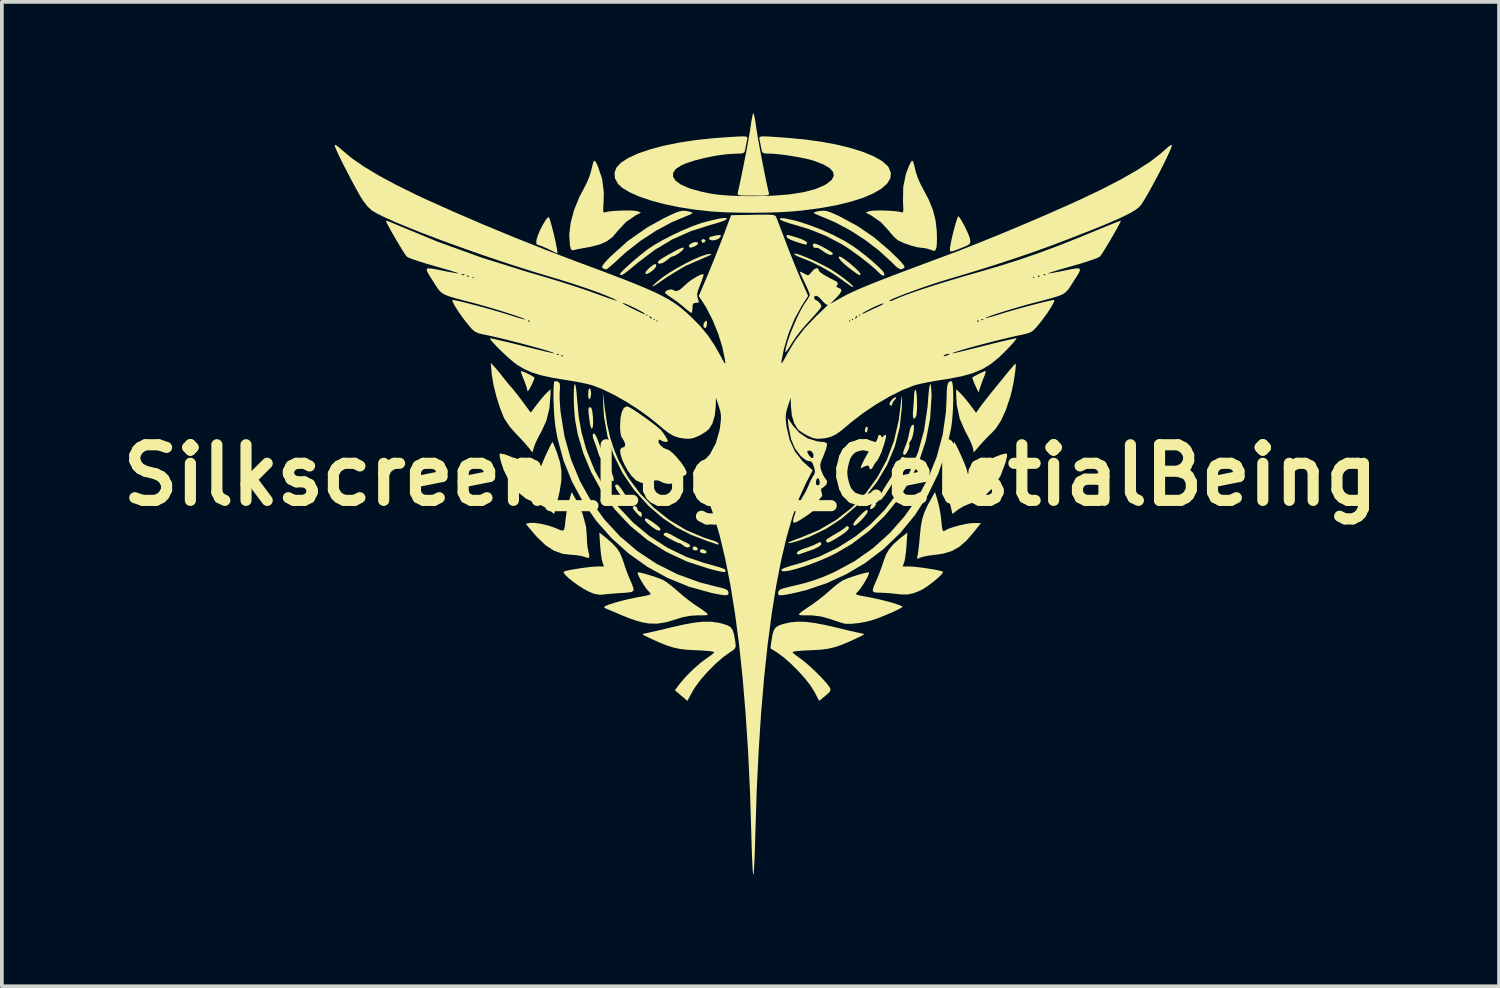
<source format=kicad_pcb>
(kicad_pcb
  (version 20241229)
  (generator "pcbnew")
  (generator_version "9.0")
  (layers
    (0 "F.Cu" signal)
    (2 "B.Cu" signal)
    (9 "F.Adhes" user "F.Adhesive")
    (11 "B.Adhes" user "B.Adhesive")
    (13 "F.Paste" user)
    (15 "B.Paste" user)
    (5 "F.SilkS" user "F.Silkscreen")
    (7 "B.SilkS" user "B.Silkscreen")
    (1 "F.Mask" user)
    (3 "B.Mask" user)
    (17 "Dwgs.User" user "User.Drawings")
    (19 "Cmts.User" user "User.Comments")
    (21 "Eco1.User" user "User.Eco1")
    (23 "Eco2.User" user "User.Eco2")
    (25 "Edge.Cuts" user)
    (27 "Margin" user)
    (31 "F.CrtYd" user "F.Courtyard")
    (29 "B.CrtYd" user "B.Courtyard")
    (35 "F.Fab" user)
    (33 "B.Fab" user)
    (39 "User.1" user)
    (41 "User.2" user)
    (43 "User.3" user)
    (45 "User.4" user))
  (footprint "Silkscreen_Logo_CelstialBeing"
    (layer "F.Cu")
    (at 17.193 9.769)
    (property "Reference" "Silkscreen_Logo_CelstialBeing" (at 0 0 0) (layer "F.SilkS") (effects (font (size 1.5 1.5) (thickness 0.3))))
    (attr board_only exclude_from_pos_files exclude_from_bom)
    (fp_poly (pts (xy -1.433 1.954) (xy -1.418 1.999) (xy -1.458 2.03) (xy -1.482 2.032) (xy -1.549 2.007) (xy -1.563 1.971) (xy -1.534 1.924) (xy -1.498 1.922)) (stroke (width 0) (type solid)) (fill yes) (layer "F.SilkS"))
    (fp_poly (pts (xy -1.218 -6.35) (xy -1.211 -6.333) (xy -1.237 -6.282) (xy -1.287 -6.27) (xy -1.304 -6.279) (xy -1.327 -6.336) (xy -1.286 -6.368) (xy -1.27 -6.37)) (stroke (width 0) (type solid)) (fill yes) (layer "F.SilkS"))
    (fp_poly (pts (xy 2.887 -0.828) (xy 2.892 -0.801) (xy 2.871 -0.749) (xy 2.853 -0.742) (xy 2.818 -0.774) (xy 2.814 -0.801) (xy 2.835 -0.853) (xy 2.853 -0.86)) (stroke (width 0) (type solid)) (fill yes) (layer "F.SilkS"))
    (fp_poly (pts (xy 3.157 -1.297) (xy 3.165 -1.255) (xy 3.148 -1.179) (xy 3.126 -1.153) (xy 3.095 -1.164) (xy 3.087 -1.207) (xy 3.105 -1.283) (xy 3.126 -1.309)) (stroke (width 0) (type solid)) (fill yes) (layer "F.SilkS"))
    (fp_poly (pts (xy -1.283 2) (xy -1.211 2.028) (xy -1.181 2.07) (xy -1.202 2.104) (xy -1.241 2.11) (xy -1.316 2.098) (xy -1.342 2.084) (xy -1.368 2.029) (xy -1.328 1.999)) (stroke (width 0) (type solid)) (fill yes) (layer "F.SilkS"))
    (fp_poly (pts (xy -1.174 -4.146) (xy -1.172 -4.094) (xy -1.186 -4.005) (xy -1.218 -3.966) (xy -1.256 -3.988) (xy -1.267 -4.013) (xy -1.263 -4.092) (xy -1.232 -4.138) (xy -1.189 -4.173)) (stroke (width 0) (type solid)) (fill yes) (layer "F.SilkS"))
    (fp_poly (pts (xy 4.152 -0.474) (xy 4.158 -0.414) (xy 4.156 -0.409) (xy 4.111 -0.356) (xy 4.06 -0.369) (xy 4.049 -0.383) (xy 4.05 -0.439) (xy 4.062 -0.466) (xy 4.11 -0.498)) (stroke (width 0) (type solid)) (fill yes) (layer "F.SilkS"))
    (fp_poly (pts (xy 3.372 0.738) (xy 3.373 0.74) (xy 3.388 0.79) (xy 3.338 0.86) (xy 3.335 0.864) (xy 3.271 0.911) (xy 3.231 0.91) (xy 3.23 0.909) (xy 3.234 0.854) (xy 3.269 0.785) (xy 3.326 0.727)) (stroke (width 0) (type solid)) (fill yes) (layer "F.SilkS"))
    (fp_poly (pts (xy -4.312 -2.31) (xy -4.299 -2.226) (xy -4.298 -2.21) (xy -4.309 -2.113) (xy -4.334 -2.054) (xy -4.338 -2.052) (xy -4.363 -2.069) (xy -4.376 -2.152) (xy -4.377 -2.186) (xy -4.368 -2.285) (xy -4.347 -2.34) (xy -4.338 -2.345)) (stroke (width 0) (type solid)) (fill yes) (layer "F.SilkS"))
    (fp_poly (pts (xy -3.884 -0.256) (xy -3.828 -0.195) (xy -3.743 -0.064) (xy -3.695 0.054) (xy -3.689 0.138) (xy -3.701 0.16) (xy -3.742 0.153) (xy -3.804 0.071) (xy -3.852 -0.015) (xy -3.908 -0.14) (xy -3.932 -0.228) (xy -3.923 -0.27)) (stroke (width 0) (type solid)) (fill yes) (layer "F.SilkS"))
    (fp_poly (pts (xy -1.413 -6.274) (xy -1.418 -6.233) (xy -1.477 -6.186) (xy -1.507 -6.173) (xy -1.592 -6.143) (xy -1.632 -6.14) (xy -1.655 -6.165) (xy -1.66 -6.172) (xy -1.649 -6.215) (xy -1.588 -6.259) (xy -1.505 -6.288) (xy -1.468 -6.291)) (stroke (width 0) (type solid)) (fill yes) (layer "F.SilkS"))
    (fp_poly (pts (xy -0.799 -6.469) (xy -0.803 -6.436) (xy -0.857 -6.38) (xy -0.947 -6.343) (xy -1.041 -6.334) (xy -1.107 -6.36) (xy -1.112 -6.367) (xy -1.118 -6.404) (xy -1.076 -6.433) (xy -0.971 -6.46) (xy -0.927 -6.468) (xy -0.833 -6.481)) (stroke (width 0) (type solid)) (fill yes) (layer "F.SilkS"))
    (fp_poly (pts (xy -2.542 -5.677) (xy -2.54 -5.651) (xy -2.567 -5.595) (xy -2.632 -5.528) (xy -2.713 -5.468) (xy -2.788 -5.431) (xy -2.833 -5.433) (xy -2.835 -5.435) (xy -2.824 -5.483) (xy -2.766 -5.556) (xy -2.73 -5.59) (xy -2.626 -5.672) (xy -2.567 -5.7)) (stroke (width 0) (type solid)) (fill yes) (layer "F.SilkS"))
    (fp_poly (pts (xy 3.928 -2.102) (xy 3.92 -2.065) (xy 3.889 -2.033) (xy 3.839 -1.966) (xy 3.83 -1.93) (xy 3.807 -1.881) (xy 3.79 -1.876) (xy 3.755 -1.907) (xy 3.751 -1.928) (xy 3.775 -1.985) (xy 3.828 -2.049) (xy 3.887 -2.096) (xy 3.928 -2.103)) (stroke (width 0) (type solid)) (fill yes) (layer "F.SilkS"))
    (fp_poly (pts (xy -3.062 0.87) (xy -3.048 0.921) (xy -3.017 0.97) (xy -2.989 0.977) (xy -2.942 1.01) (xy -2.931 1.055) (xy -2.935 1.113) (xy -2.955 1.125) (xy -3.004 1.087) (xy -3.083 1.008) (xy -3.155 0.919) (xy -3.175 0.858) (xy -3.169 0.848) (xy -3.111 0.831)) (stroke (width 0) (type solid)) (fill yes) (layer "F.SilkS"))
    (fp_poly (pts (xy -2.789 1.171) (xy -2.711 1.216) (xy -2.614 1.282) (xy -2.52 1.353) (xy -2.449 1.415) (xy -2.423 1.452) (xy -2.447 1.497) (xy -2.52 1.481) (xy -2.638 1.406) (xy -2.672 1.381) (xy -2.782 1.291) (xy -2.838 1.231) (xy -2.848 1.19) (xy -2.829 1.162)) (stroke (width 0) (type solid)) (fill yes) (layer "F.SilkS"))
    (fp_poly (pts (xy 2.563 -0.153) (xy 2.568 -0.086) (xy 2.567 0.016) (xy 2.554 0.169) (xy 2.525 0.251) (xy 2.505 0.266) (xy 2.467 0.259) (xy 2.471 0.205) (xy 2.473 0.116) (xy 2.459 0.074) (xy 2.455 0.001) (xy 2.478 -0.038) (xy 2.534 -0.118) (xy 2.553 -0.156)) (stroke (width 0) (type solid)) (fill yes) (layer "F.SilkS"))
    (fp_poly (pts (xy 3.167 0.962) (xy 3.142 1.028) (xy 3.067 1.129) (xy 3.001 1.2) (xy 2.888 1.308) (xy 2.817 1.359) (xy 2.782 1.355) (xy 2.774 1.317) (xy 2.8 1.267) (xy 2.866 1.186) (xy 2.952 1.093) (xy 3.039 1.008) (xy 3.109 0.951) (xy 3.137 0.938)) (stroke (width 0) (type solid)) (fill yes) (layer "F.SilkS"))
    (fp_poly (pts (xy -4.293 -1.815) (xy -4.269 -1.74) (xy -4.251 -1.602) (xy -4.248 -1.573) (xy -4.243 -1.432) (xy -4.249 -1.326) (xy -4.265 -1.265) (xy -4.288 -1.26) (xy -4.312 -1.315) (xy -4.328 -1.393) (xy -4.347 -1.516) (xy -4.359 -1.612) (xy -4.371 -1.741) (xy -4.366 -1.81) (xy -4.341 -1.835) (xy -4.328 -1.837)) (stroke (width 0) (type solid)) (fill yes) (layer "F.SilkS"))
    (fp_poly (pts (xy -4.213 -1.124) (xy -4.176 -1.079) (xy -4.123 -0.962) (xy -4.053 -0.771) (xy -3.967 -0.511) (xy -3.963 -0.446) (xy -4.001 -0.43) (xy -4.052 -0.467) (xy -4.098 -0.57) (xy -4.105 -0.596) (xy -4.147 -0.736) (xy -4.195 -0.869) (xy -4.204 -0.89) (xy -4.248 -1.017) (xy -4.256 -1.1) (xy -4.226 -1.127)) (stroke (width 0) (type solid)) (fill yes) (layer "F.SilkS"))
    (fp_poly (pts (xy 6.345 -2.782) (xy 6.322 -2.704) (xy 6.307 -2.667) (xy 6.251 -2.528) (xy 6.201 -2.386) (xy 6.198 -2.376) (xy 6.153 -2.231) (xy 6.062 -2.427) (xy 6.015 -2.537) (xy 5.988 -2.614) (xy 5.985 -2.636) (xy 6.035 -2.668) (xy 6.123 -2.715) (xy 6.222 -2.764) (xy 6.305 -2.802) (xy 6.34 -2.814)) (stroke (width 0) (type solid)) (fill yes) (layer "F.SilkS"))
    (fp_poly (pts (xy 2.463 -5.876) (xy 2.557 -5.813) (xy 2.671 -5.724) (xy 2.786 -5.626) (xy 2.886 -5.533) (xy 2.952 -5.459) (xy 2.97 -5.424) (xy 2.959 -5.399) (xy 2.921 -5.407) (xy 2.847 -5.452) (xy 2.726 -5.541) (xy 2.657 -5.593) (xy 2.52 -5.706) (xy 2.426 -5.8) (xy 2.381 -5.867) (xy 2.391 -5.899) (xy 2.404 -5.901)) (stroke (width 0) (type solid)) (fill yes) (layer "F.SilkS"))
    (fp_poly (pts (xy -6.153 -2.801) (xy -6.07 -2.768) (xy -5.971 -2.722) (xy -5.882 -2.673) (xy -5.829 -2.636) (xy -5.823 -2.627) (xy -5.839 -2.579) (xy -5.88 -2.485) (xy -5.919 -2.403) (xy -5.975 -2.301) (xy -6.009 -2.266) (xy -6.018 -2.286) (xy -6.035 -2.363) (xy -6.075 -2.482) (xy -6.114 -2.579) (xy -6.161 -2.695) (xy -6.19 -2.778) (xy -6.194 -2.806)) (stroke (width 0) (type solid)) (fill yes) (layer "F.SilkS"))
    (fp_poly (pts (xy -3.546 0.288) (xy -3.477 0.378) (xy -3.391 0.508) (xy -3.316 0.612) (xy -3.241 0.695) (xy -3.229 0.707) (xy -3.179 0.755) (xy -3.191 0.781) (xy -3.217 0.793) (xy -3.28 0.783) (xy -3.366 0.707) (xy -3.413 0.653) (xy -3.54 0.488) (xy -3.618 0.372) (xy -3.649 0.298) (xy -3.639 0.257) (xy -3.634 0.254) (xy -3.596 0.25)) (stroke (width 0) (type solid)) (fill yes) (layer "F.SilkS"))
    (fp_poly (pts (xy 1.028 -6.477) (xy 1.109 -6.455) (xy 1.248 -6.413) (xy 1.266 -6.407) (xy 1.418 -6.352) (xy 1.505 -6.301) (xy 1.524 -6.27) (xy 1.522 -6.238) (xy 1.506 -6.223) (xy 1.461 -6.227) (xy 1.371 -6.252) (xy 1.222 -6.299) (xy 1.221 -6.299) (xy 1.082 -6.351) (xy 0.997 -6.401) (xy 0.977 -6.432) (xy 0.977 -6.464) (xy 0.989 -6.48)) (stroke (width 0) (type solid)) (fill yes) (layer "F.SilkS"))
    (fp_poly (pts (xy 1.901 1.81) (xy 1.914 1.865) (xy 1.849 1.926) (xy 1.709 1.994) (xy 1.617 2.028) (xy 1.478 2.076) (xy 1.365 2.115) (xy 1.302 2.138) (xy 1.3 2.139) (xy 1.257 2.125) (xy 1.25 2.098) (xy 1.288 2.05) (xy 1.397 1.996) (xy 1.475 1.97) (xy 1.614 1.922) (xy 1.733 1.873) (xy 1.789 1.844) (xy 1.862 1.809)) (stroke (width 0) (type solid)) (fill yes) (layer "F.SilkS"))
    (fp_poly (pts (xy 4.471 -2.27) (xy 4.484 -2.177) (xy 4.492 -2.048) (xy 4.494 -1.903) (xy 4.492 -1.763) (xy 4.483 -1.648) (xy 4.47 -1.586) (xy 4.429 -1.532) (xy 4.406 -1.524) (xy 4.385 -1.562) (xy 4.382 -1.672) (xy 4.39 -1.788) (xy 4.403 -1.945) (xy 4.412 -2.09) (xy 4.415 -2.179) (xy 4.426 -2.265) (xy 4.452 -2.305) (xy 4.455 -2.306)) (stroke (width 0) (type solid)) (fill yes) (layer "F.SilkS"))
    (fp_poly (pts (xy 1.783 -6.235) (xy 1.883 -6.191) (xy 1.999 -6.131) (xy 2.109 -6.069) (xy 2.193 -6.014) (xy 2.227 -5.979) (xy 2.227 -5.978) (xy 2.199 -5.942) (xy 2.127 -5.949) (xy 2.029 -5.995) (xy 1.966 -6.039) (xy 1.88 -6.099) (xy 1.819 -6.13) (xy 1.81 -6.131) (xy 1.717 -6.136) (xy 1.681 -6.187) (xy 1.68 -6.194) (xy 1.702 -6.246) (xy 1.72 -6.252)) (stroke (width 0) (type solid)) (fill yes) (layer "F.SilkS"))
    (fp_poly (pts (xy 4.048 -0.261) (xy 4.058 -0.219) (xy 4.031 -0.139) (xy 3.965 -0.01) (xy 3.866 0.159) (xy 3.726 0.386) (xy 3.618 0.546) (xy 3.54 0.644) (xy 3.487 0.681) (xy 3.459 0.662) (xy 3.471 0.606) (xy 3.522 0.5) (xy 3.604 0.356) (xy 3.692 0.218) (xy 3.792 0.062) (xy 3.873 -0.073) (xy 3.928 -0.173) (xy 3.947 -0.221) (xy 3.978 -0.268) (xy 4.005 -0.274)) (stroke (width 0) (type solid)) (fill yes) (layer "F.SilkS"))
    (fp_poly (pts (xy -1.799 -6.131) (xy -1.798 -6.122) (xy -1.828 -6.072) (xy -1.903 -6.007) (xy -1.996 -5.946) (xy -2.08 -5.906) (xy -2.11 -5.901) (xy -2.16 -5.876) (xy -2.236 -5.816) (xy -2.251 -5.803) (xy -2.339 -5.74) (xy -2.425 -5.707) (xy -2.485 -5.711) (xy -2.501 -5.74) (xy -2.487 -5.77) (xy -2.438 -5.813) (xy -2.345 -5.873) (xy -2.198 -5.958) (xy -2.061 -6.034) (xy -1.919 -6.107) (xy -1.834 -6.139)) (stroke (width 0) (type solid)) (fill yes) (layer "F.SilkS"))
    (fp_poly (pts (xy 2.651 1.395) (xy 2.657 1.427) (xy 2.626 1.477) (xy 2.546 1.55) (xy 2.452 1.616) (xy 2.29 1.718) (xy 2.18 1.781) (xy 2.112 1.811) (xy 2.072 1.814) (xy 2.049 1.793) (xy 2.049 1.793) (xy 2.038 1.768) (xy 2.049 1.742) (xy 2.092 1.706) (xy 2.179 1.651) (xy 2.322 1.567) (xy 2.334 1.56) (xy 2.447 1.491) (xy 2.53 1.433) (xy 2.561 1.404) (xy 2.611 1.369)) (stroke (width 0) (type solid)) (fill yes) (layer "F.SilkS"))
    (fp_poly (pts (xy -2.162 1.591) (xy -2.074 1.64) (xy -1.936 1.717) (xy -1.801 1.786) (xy -1.733 1.817) (xy -1.652 1.863) (xy -1.619 1.905) (xy -1.621 1.914) (xy -1.683 1.952) (xy -1.767 1.93) (xy -1.811 1.895) (xy -1.879 1.847) (xy -1.915 1.837) (xy -1.966 1.819) (xy -2.059 1.775) (xy -2.169 1.718) (xy -2.271 1.66) (xy -2.341 1.615) (xy -2.342 1.614) (xy -2.335 1.58) (xy -2.318 1.56) (xy -2.264 1.551)) (stroke (width 0) (type solid)) (fill yes) (layer "F.SilkS"))
    (fp_poly (pts (xy -1.062 -5.971) (xy -1.062 -5.953) (xy -1.124 -5.917) (xy -1.234 -5.872) (xy -1.25 -5.865) (xy -1.76 -5.643) (xy -2.242 -5.352) (xy -2.318 -5.299) (xy -2.48 -5.185) (xy -2.589 -5.115) (xy -2.642 -5.088) (xy -2.637 -5.107) (xy -2.573 -5.171) (xy -2.501 -5.235) (xy -2.351 -5.352) (xy -2.166 -5.476) (xy -1.959 -5.599) (xy -1.744 -5.716) (xy -1.535 -5.819) (xy -1.345 -5.901) (xy -1.189 -5.954) (xy -1.081 -5.972)) (stroke (width 0) (type solid)) (fill yes) (layer "F.SilkS"))
    (fp_poly (pts (xy 4.399 -1.359) (xy 4.412 -1.301) (xy 4.405 -1.199) (xy 4.382 -1.082) (xy 4.35 -0.979) (xy 4.318 -0.923) (xy 4.282 -0.87) (xy 4.285 -0.847) (xy 4.292 -0.793) (xy 4.267 -0.706) (xy 4.225 -0.617) (xy 4.178 -0.557) (xy 4.156 -0.547) (xy 4.117 -0.569) (xy 4.124 -0.635) (xy 4.16 -0.736) (xy 4.202 -0.84) (xy 4.243 -0.96) (xy 4.275 -1.098) (xy 4.278 -1.114) (xy 4.308 -1.251) (xy 4.346 -1.339) (xy 4.385 -1.367)) (stroke (width 0) (type solid)) (fill yes) (layer "F.SilkS"))
    (fp_poly (pts (xy -5.432 -6.952) (xy -5.406 -6.882) (xy -5.371 -6.764) (xy -5.332 -6.615) (xy -5.292 -6.452) (xy -5.256 -6.29) (xy -5.227 -6.147) (xy -5.209 -6.04) (xy -5.206 -5.985) (xy -5.209 -5.982) (xy -5.245 -5.999) (xy -5.333 -6.041) (xy -5.451 -6.099) (xy -5.579 -6.157) (xy -5.684 -6.199) (xy -5.74 -6.213) (xy -5.776 -6.245) (xy -5.775 -6.331) (xy -5.739 -6.46) (xy -5.671 -6.621) (xy -5.605 -6.749) (xy -5.522 -6.886) (xy -5.466 -6.953) (xy -5.434 -6.954)) (stroke (width 0) (type solid)) (fill yes) (layer "F.SilkS"))
    (fp_poly (pts (xy 1.283 -5.962) (xy 1.413 -5.915) (xy 1.578 -5.847) (xy 1.759 -5.765) (xy 1.939 -5.677) (xy 2.101 -5.591) (xy 2.203 -5.532) (xy 2.363 -5.426) (xy 2.512 -5.318) (xy 2.639 -5.219) (xy 2.73 -5.138) (xy 2.774 -5.085) (xy 2.774 -5.071) (xy 2.737 -5.086) (xy 2.653 -5.139) (xy 2.538 -5.22) (xy 2.481 -5.263) (xy 2.215 -5.446) (xy 1.913 -5.621) (xy 1.61 -5.77) (xy 1.426 -5.843) (xy 1.29 -5.897) (xy 1.204 -5.941) (xy 1.175 -5.97) (xy 1.204 -5.979)) (stroke (width 0) (type solid)) (fill yes) (layer "F.SilkS"))
    (fp_poly (pts (xy 5.631 -6.964) (xy 5.68 -6.892) (xy 5.742 -6.783) (xy 5.807 -6.657) (xy 5.865 -6.531) (xy 5.908 -6.423) (xy 5.925 -6.362) (xy 5.932 -6.29) (xy 5.915 -6.242) (xy 5.86 -6.203) (xy 5.751 -6.155) (xy 5.717 -6.142) (xy 5.553 -6.077) (xy 5.45 -6.04) (xy 5.396 -6.037) (xy 5.378 -6.068) (xy 5.384 -6.138) (xy 5.398 -6.22) (xy 5.421 -6.343) (xy 5.456 -6.494) (xy 5.497 -6.653) (xy 5.538 -6.8) (xy 5.574 -6.916) (xy 5.599 -6.979) (xy 5.603 -6.983)) (stroke (width 0) (type solid)) (fill yes) (layer "F.SilkS"))
    (fp_poly (pts (xy -1.729 -7.127) (xy -1.628 -7.106) (xy -1.569 -7.083) (xy -1.563 -7.076) (xy -1.596 -7.047) (xy -1.679 -7.009) (xy -1.71 -6.998) (xy -2.124 -6.824) (xy -2.552 -6.593) (xy -2.971 -6.318) (xy -3.36 -6.014) (xy -3.531 -5.86) (xy -3.663 -5.737) (xy -3.776 -5.638) (xy -3.858 -5.571) (xy -3.893 -5.55) (xy -3.953 -5.569) (xy -3.986 -5.587) (xy -4.004 -5.614) (xy -3.986 -5.661) (xy -3.928 -5.737) (xy -3.821 -5.852) (xy -3.771 -5.902) (xy -3.304 -6.321) (xy -2.785 -6.684) (xy -2.364 -6.918) (xy -2.169 -7.013) (xy -2.028 -7.078) (xy -1.925 -7.115) (xy -1.845 -7.132) (xy -1.772 -7.132)) (stroke (width 0) (type solid)) (fill yes) (layer "F.SilkS"))
    (fp_poly (pts (xy 2.039 -7.129) (xy 2.134 -7.102) (xy 2.259 -7.05) (xy 2.423 -6.973) (xy 2.902 -6.713) (xy 3.337 -6.414) (xy 3.754 -6.059) (xy 3.816 -5.999) (xy 3.973 -5.847) (xy 4.077 -5.738) (xy 4.136 -5.665) (xy 4.157 -5.619) (xy 4.145 -5.592) (xy 4.142 -5.59) (xy 4.086 -5.56) (xy 4.032 -5.561) (xy 3.965 -5.599) (xy 3.872 -5.684) (xy 3.789 -5.766) (xy 3.465 -6.062) (xy 3.092 -6.347) (xy 2.693 -6.604) (xy 2.292 -6.818) (xy 2.065 -6.917) (xy 1.916 -6.977) (xy 1.795 -7.029) (xy 1.721 -7.065) (xy 1.707 -7.073) (xy 1.723 -7.094) (xy 1.798 -7.115) (xy 1.864 -7.127) (xy 1.956 -7.135)) (stroke (width 0) (type solid)) (fill yes) (layer "F.SilkS"))
    (fp_poly (pts (xy -3.927 -1.782) (xy -3.864 -1.366) (xy -3.781 -1.003) (xy -3.671 -0.67) (xy -3.557 -0.402) (xy -3.296 0.066) (xy -2.975 0.496) (xy -2.602 0.88) (xy -2.184 1.211) (xy -1.731 1.482) (xy -1.249 1.686) (xy -1.084 1.738) (xy -0.965 1.778) (xy -0.884 1.816) (xy -0.86 1.839) (xy -0.868 1.873) (xy -0.869 1.873) (xy -0.908 1.861) (xy -1.002 1.829) (xy -1.132 1.786) (xy -1.154 1.779) (xy -1.607 1.605) (xy -2.005 1.401) (xy -2.37 1.153) (xy -2.721 0.851) (xy -2.768 0.806) (xy -3.143 0.39) (xy -3.451 -0.061) (xy -3.689 -0.542) (xy -3.856 -1.048) (xy -3.949 -1.574) (xy -3.967 -1.817) (xy -3.983 -2.247)) (stroke (width 0) (type solid)) (fill yes) (layer "F.SilkS"))
    (fp_poly (pts (xy -0.638 -6.929) (xy -0.634 -6.911) (xy -0.676 -6.883) (xy -0.778 -6.842) (xy -0.923 -6.795) (xy -1.064 -6.756) (xy -1.608 -6.584) (xy -2.109 -6.361) (xy -2.584 -6.077) (xy -3.048 -5.725) (xy -3.108 -5.674) (xy -3.276 -5.534) (xy -3.394 -5.444) (xy -3.469 -5.4) (xy -3.508 -5.4) (xy -3.517 -5.429) (xy -3.488 -5.472) (xy -3.41 -5.553) (xy -3.294 -5.661) (xy -3.152 -5.786) (xy -2.996 -5.917) (xy -2.837 -6.044) (xy -2.786 -6.084) (xy -2.605 -6.206) (xy -2.37 -6.341) (xy -2.105 -6.478) (xy -1.828 -6.607) (xy -1.563 -6.718) (xy -1.331 -6.8) (xy -1.29 -6.812) (xy -1.029 -6.881) (xy -0.832 -6.924) (xy -0.701 -6.94)) (stroke (width 0) (type solid)) (fill yes) (layer "F.SilkS"))
    (fp_poly (pts (xy 0.925 -6.929) (xy 1.221 -6.865) (xy 1.554 -6.761) (xy 1.905 -6.628) (xy 2.249 -6.473) (xy 2.564 -6.306) (xy 2.767 -6.179) (xy 2.916 -6.072) (xy 3.078 -5.947) (xy 3.239 -5.814) (xy 3.386 -5.685) (xy 3.505 -5.574) (xy 3.58 -5.492) (xy 3.596 -5.469) (xy 3.617 -5.4) (xy 3.589 -5.379) (xy 3.528 -5.407) (xy 3.474 -5.457) (xy 3.355 -5.571) (xy 3.189 -5.711) (xy 2.994 -5.864) (xy 2.79 -6.014) (xy 2.597 -6.148) (xy 2.462 -6.232) (xy 2.036 -6.456) (xy 1.59 -6.634) (xy 1.207 -6.751) (xy 1.041 -6.799) (xy 0.906 -6.846) (xy 0.817 -6.884) (xy 0.792 -6.905) (xy 0.806 -6.933) (xy 0.882 -6.934)) (stroke (width 0) (type solid)) (fill yes) (layer "F.SilkS"))
    (fp_poly (pts (xy 3.656 -1.086) (xy 3.658 -1.037) (xy 3.635 -0.937) (xy 3.596 -0.806) (xy 3.547 -0.665) (xy 3.494 -0.534) (xy 3.446 -0.433) (xy 3.413 -0.386) (xy 3.35 -0.309) (xy 3.318 -0.246) (xy 3.275 -0.176) (xy 3.23 -0.159) (xy 3.205 -0.201) (xy 3.204 -0.218) (xy 3.185 -0.259) (xy 3.116 -0.252) (xy 3.024 -0.213) (xy 2.978 -0.185) (xy 2.971 -0.197) (xy 2.995 -0.265) (xy 3.045 -0.375) (xy 3.067 -0.417) (xy 3.151 -0.57) (xy 3.241 -0.714) (xy 3.319 -0.818) (xy 3.322 -0.821) (xy 3.394 -0.917) (xy 3.435 -1.001) (xy 3.439 -1.023) (xy 3.46 -1.085) (xy 3.503 -1.085) (xy 3.53 -1.045) (xy 3.557 -1.02) (xy 3.59 -1.054) (xy 3.635 -1.09)) (stroke (width 0) (type solid)) (fill yes) (layer "F.SilkS"))
    (fp_poly (pts (xy 4.089 -2.065) (xy 4.087 -1.94) (xy 4.082 -1.817) (xy 4.025 -1.286) (xy 3.893 -0.772) (xy 3.688 -0.281) (xy 3.412 0.183) (xy 3.067 0.616) (xy 2.865 0.824) (xy 2.46 1.17) (xy 2.036 1.448) (xy 1.597 1.658) (xy 1.419 1.725) (xy 1.261 1.779) (xy 1.132 1.816) (xy 1.047 1.833) (xy 1.018 1.826) (xy 1.024 1.817) (xy 1.072 1.791) (xy 1.174 1.75) (xy 1.309 1.701) (xy 1.329 1.694) (xy 1.842 1.482) (xy 2.312 1.207) (xy 2.735 0.874) (xy 3.107 0.489) (xy 3.423 0.057) (xy 3.68 -0.417) (xy 3.872 -0.927) (xy 3.997 -1.468) (xy 4.022 -1.649) (xy 4.049 -1.879) (xy 4.068 -2.033) (xy 4.081 -2.115) (xy 4.088 -2.124)) (stroke (width 0) (type solid)) (fill yes) (layer "F.SilkS"))
    (fp_poly (pts (xy -4.699 0.673) (xy -4.53 1.033) (xy -4.436 1.382) (xy -4.415 1.63) (xy -4.409 1.793) (xy -4.393 1.949) (xy -4.374 2.044) (xy -4.346 2.165) (xy -4.354 2.224) (xy -4.403 2.229) (xy -4.474 2.203) (xy -4.582 2.173) (xy -4.726 2.154) (xy -4.806 2.149) (xy -5.066 2.12) (xy -5.302 2.035) (xy -5.526 1.889) (xy -5.75 1.676) (xy -5.847 1.565) (xy -6.06 1.309) (xy -5.951 1.287) (xy -5.832 1.285) (xy -5.667 1.308) (xy -5.48 1.351) (xy -5.296 1.41) (xy -5.208 1.446) (xy -5.119 1.484) (xy -5.061 1.494) (xy -5.027 1.466) (xy -5.007 1.387) (xy -4.992 1.246) (xy -4.985 1.172) (xy -4.96 0.989) (xy -4.92 0.793) (xy -4.892 0.686) (xy -4.823 0.454)) (stroke (width 0) (type solid)) (fill yes) (layer "F.SilkS"))
    (fp_poly (pts (xy 0.093 -9.733) (xy 0.115 -9.637) (xy 0.139 -9.497) (xy 0.151 -9.408) (xy 0.173 -9.266) (xy 0.206 -9.072) (xy 0.248 -8.841) (xy 0.295 -8.59) (xy 0.344 -8.336) (xy 0.392 -8.096) (xy 0.435 -7.885) (xy 0.471 -7.72) (xy 0.493 -7.63) (xy 0.501 -7.592) (xy 0.491 -7.567) (xy 0.452 -7.552) (xy 0.369 -7.544) (xy 0.231 -7.542) (xy 0.078 -7.542) (xy -0.112 -7.542) (xy -0.236 -7.546) (xy -0.308 -7.555) (xy -0.341 -7.572) (xy -0.346 -7.6) (xy -0.34 -7.63) (xy -0.294 -7.832) (xy -0.242 -8.078) (xy -0.187 -8.35) (xy -0.132 -8.628) (xy -0.082 -8.895) (xy -0.039 -9.132) (xy -0.008 -9.32) (xy 0.002 -9.388) (xy 0.026 -9.55) (xy 0.049 -9.677) (xy 0.069 -9.754) (xy 0.078 -9.769)) (stroke (width 0) (type solid)) (fill yes) (layer "F.SilkS"))
    (fp_poly (pts (xy 5.05 0.686) (xy 5.093 0.861) (xy 5.129 1.058) (xy 5.143 1.172) (xy 5.16 1.345) (xy 5.176 1.452) (xy 5.196 1.502) (xy 5.222 1.509) (xy 5.247 1.493) (xy 5.331 1.449) (xy 5.468 1.4) (xy 5.634 1.354) (xy 5.805 1.316) (xy 5.956 1.293) (xy 6.025 1.29) (xy 6.218 1.29) (xy 6.032 1.527) (xy 5.829 1.762) (xy 5.634 1.931) (xy 5.429 2.046) (xy 5.199 2.116) (xy 4.986 2.147) (xy 4.824 2.166) (xy 4.682 2.193) (xy 4.587 2.22) (xy 4.576 2.225) (xy 4.512 2.255) (xy 4.496 2.234) (xy 4.509 2.163) (xy 4.523 2.078) (xy 4.541 1.936) (xy 4.559 1.762) (xy 4.569 1.641) (xy 4.596 1.388) (xy 4.633 1.186) (xy 4.69 1.007) (xy 4.773 0.824) (xy 4.85 0.683) (xy 4.979 0.454)) (stroke (width 0) (type solid)) (fill yes) (layer "F.SilkS"))
    (fp_poly (pts (xy -6.916 -2.936) (xy -6.841 -2.851) (xy -6.746 -2.736) (xy -6.69 -2.664) (xy -6.595 -2.544) (xy -6.503 -2.433) (xy -6.46 -2.385) (xy -6.395 -2.309) (xy -6.301 -2.191) (xy -6.193 -2.05) (xy -6.147 -1.988) (xy -5.926 -1.69) (xy -5.761 -1.91) (xy -5.66 -2.038) (xy -5.562 -2.153) (xy -5.494 -2.224) (xy -5.393 -2.319) (xy -5.393 -2.177) (xy -5.422 -1.808) (xy -5.506 -1.468) (xy -5.636 -1.183) (xy -5.719 -1.033) (xy -5.79 -0.886) (xy -5.835 -0.772) (xy -5.837 -0.766) (xy -5.882 -0.613) (xy -5.984 -0.746) (xy -6.061 -0.837) (xy -6.172 -0.96) (xy -6.297 -1.091) (xy -6.327 -1.121) (xy -6.502 -1.321) (xy -6.632 -1.518) (xy -6.665 -1.584) (xy -6.766 -1.845) (xy -6.857 -2.137) (xy -6.929 -2.429) (xy -6.974 -2.691) (xy -6.98 -2.75) (xy -7.005 -3.028)) (stroke (width 0) (type solid)) (fill yes) (layer "F.SilkS"))
    (fp_poly (pts (xy -5.316 -0.853) (xy -5.277 -0.758) (xy -5.226 -0.628) (xy -5.218 -0.606) (xy -5.137 -0.353) (xy -5.099 -0.112) (xy -5.101 0.138) (xy -5.143 0.42) (xy -5.187 0.611) (xy -5.295 1.046) (xy -5.422 0.941) (xy -5.535 0.867) (xy -5.681 0.797) (xy -5.758 0.769) (xy -6.044 0.639) (xy -6.291 0.443) (xy -6.495 0.184) (xy -6.654 -0.136) (xy -6.724 -0.342) (xy -6.759 -0.478) (xy -6.769 -0.555) (xy -6.754 -0.584) (xy -6.743 -0.586) (xy -6.635 -0.565) (xy -6.483 -0.509) (xy -6.306 -0.427) (xy -6.123 -0.329) (xy -5.954 -0.226) (xy -5.817 -0.126) (xy -5.795 -0.106) (xy -5.709 -0.029) (xy -5.681 -0.142) (xy -5.654 -0.224) (xy -5.606 -0.344) (xy -5.547 -0.483) (xy -5.482 -0.625) (xy -5.421 -0.752) (xy -5.372 -0.847) (xy -5.341 -0.893) (xy -5.336 -0.895)) (stroke (width 0) (type solid)) (fill yes) (layer "F.SilkS"))
    (fp_poly (pts (xy -1.264 -5.419) (xy -1.269 -5.378) (xy -1.3 -5.284) (xy -1.348 -5.157) (xy -1.354 -5.141) (xy -1.41 -4.996) (xy -1.436 -4.897) (xy -1.434 -4.821) (xy -1.418 -4.765) (xy -1.393 -4.686) (xy -1.41 -4.655) (xy -1.469 -4.65) (xy -1.533 -4.639) (xy -1.559 -4.592) (xy -1.563 -4.513) (xy -1.57 -4.423) (xy -1.589 -4.378) (xy -1.592 -4.377) (xy -1.635 -4.402) (xy -1.716 -4.465) (xy -1.798 -4.535) (xy -1.928 -4.643) (xy -2.069 -4.746) (xy -2.139 -4.792) (xy -2.235 -4.857) (xy -2.295 -4.91) (xy -2.306 -4.929) (xy -2.273 -4.972) (xy -2.2 -5.004) (xy -2.124 -5.011) (xy -2.093 -4.998) (xy -2.008 -4.964) (xy -1.903 -5.003) (xy -1.776 -5.116) (xy -1.776 -5.117) (xy -1.685 -5.199) (xy -1.572 -5.282) (xy -1.454 -5.354) (xy -1.35 -5.406) (xy -1.28 -5.424)) (stroke (width 0) (type solid)) (fill yes) (layer "F.SilkS"))
    (fp_poly (pts (xy 7.156 -2.995) (xy 7.155 -2.919) (xy 7.143 -2.798) (xy 7.121 -2.647) (xy 7.093 -2.481) (xy 7.059 -2.315) (xy 7.023 -2.165) (xy 7.012 -2.125) (xy 6.892 -1.765) (xy 6.761 -1.477) (xy 6.617 -1.258) (xy 6.518 -1.15) (xy 6.395 -1.03) (xy 6.261 -0.888) (xy 6.188 -0.805) (xy 6.026 -0.614) (xy 5.997 -0.747) (xy 5.964 -0.843) (xy 5.902 -0.98) (xy 5.823 -1.132) (xy 5.8 -1.172) (xy 5.648 -1.515) (xy 5.566 -1.892) (xy 5.549 -2.173) (xy 5.549 -2.319) (xy 5.65 -2.224) (xy 5.727 -2.144) (xy 5.826 -2.026) (xy 5.919 -1.908) (xy 6.086 -1.685) (xy 6.216 -1.868) (xy 6.272 -1.943) (xy 6.365 -2.061) (xy 6.483 -2.21) (xy 6.617 -2.376) (xy 6.756 -2.546) (xy 6.888 -2.708) (xy 7.004 -2.848) (xy 7.092 -2.953) (xy 7.143 -3.009)) (stroke (width 0) (type solid)) (fill yes) (layer "F.SilkS"))
    (fp_poly (pts (xy 5.515 -0.87) (xy 5.559 -0.79) (xy 5.616 -0.672) (xy 5.68 -0.533) (xy 5.743 -0.391) (xy 5.795 -0.263) (xy 5.831 -0.165) (xy 5.837 -0.142) (xy 5.866 -0.029) (xy 5.951 -0.106) (xy 6.078 -0.204) (xy 6.242 -0.308) (xy 6.424 -0.408) (xy 6.604 -0.494) (xy 6.763 -0.556) (xy 6.882 -0.585) (xy 6.899 -0.586) (xy 6.922 -0.569) (xy 6.921 -0.51) (xy 6.895 -0.395) (xy 6.877 -0.329) (xy 6.744 0.02) (xy 6.562 0.312) (xy 6.334 0.544) (xy 6.063 0.712) (xy 5.881 0.781) (xy 5.746 0.839) (xy 5.61 0.92) (xy 5.587 0.937) (xy 5.449 1.045) (xy 5.338 0.574) (xy 5.279 0.296) (xy 5.25 0.069) (xy 5.252 -0.131) (xy 5.285 -0.325) (xy 5.349 -0.537) (xy 5.375 -0.607) (xy 5.426 -0.74) (xy 5.468 -0.842) (xy 5.491 -0.893) (xy 5.493 -0.895)) (stroke (width 0) (type solid)) (fill yes) (layer "F.SilkS"))
    (fp_poly (pts (xy 4.21 1.897) (xy 4.195 2.068) (xy 4.175 2.221) (xy 4.154 2.331) (xy 4.146 2.354) (xy 4.105 2.462) (xy 4.294 2.462) (xy 4.406 2.468) (xy 4.556 2.484) (xy 4.724 2.507) (xy 4.892 2.533) (xy 5.039 2.56) (xy 5.147 2.585) (xy 5.196 2.604) (xy 5.183 2.642) (xy 5.12 2.712) (xy 5.022 2.802) (xy 4.902 2.899) (xy 4.777 2.992) (xy 4.659 3.069) (xy 4.592 3.105) (xy 4.402 3.183) (xy 4.233 3.218) (xy 4.046 3.215) (xy 3.947 3.203) (xy 3.775 3.184) (xy 3.586 3.172) (xy 3.505 3.169) (xy 3.392 3.166) (xy 3.324 3.152) (xy 3.299 3.114) (xy 3.313 3.039) (xy 3.362 2.915) (xy 3.416 2.794) (xy 3.473 2.653) (xy 3.538 2.477) (xy 3.591 2.319) (xy 3.658 2.142) (xy 3.741 1.997) (xy 3.855 1.863) (xy 4.017 1.718) (xy 4.077 1.67) (xy 4.233 1.546)) (stroke (width 0) (type solid)) (fill yes) (layer "F.SilkS"))
    (fp_poly (pts (xy 4.866 -2.426) (xy 4.877 -2.329) (xy 4.884 -2.189) (xy 4.885 -2.113) (xy 4.846 -1.52) (xy 4.734 -0.942) (xy 4.552 -0.385) (xy 4.304 0.144) (xy 3.993 0.639) (xy 3.624 1.094) (xy 3.2 1.503) (xy 2.724 1.86) (xy 2.307 2.104) (xy 2.097 2.207) (xy 1.87 2.304) (xy 1.64 2.394) (xy 1.417 2.471) (xy 1.215 2.533) (xy 1.044 2.575) (xy 0.917 2.593) (xy 0.846 2.583) (xy 0.838 2.576) (xy 0.837 2.55) (xy 0.873 2.522) (xy 0.954 2.488) (xy 1.09 2.444) (xy 1.289 2.387) (xy 1.368 2.365) (xy 1.865 2.192) (xy 2.355 1.954) (xy 2.82 1.66) (xy 3.244 1.321) (xy 3.61 0.947) (xy 3.622 0.933) (xy 3.995 0.439) (xy 4.295 -0.081) (xy 4.525 -0.632) (xy 4.685 -1.217) (xy 4.777 -1.838) (xy 4.792 -2.025) (xy 4.805 -2.199) (xy 4.821 -2.34) (xy 4.838 -2.433) (xy 4.851 -2.462)) (stroke (width 0) (type solid)) (fill yes) (layer "F.SilkS"))
    (fp_poly (pts (xy -4.173 -8.451) (xy -4.128 -8.361) (xy -4.117 -8.338) (xy -4.002 -8) (xy -3.955 -7.626) (xy -3.961 -7.372) (xy -3.971 -7.219) (xy -3.971 -7.13) (xy -3.959 -7.091) (xy -3.933 -7.087) (xy -3.917 -7.093) (xy -3.83 -7.113) (xy -3.691 -7.128) (xy -3.523 -7.138) (xy -3.35 -7.142) (xy -3.195 -7.139) (xy -3.082 -7.129) (xy -3.049 -7.121) (xy -2.952 -7.084) (xy -3.088 -7.014) (xy -3.357 -6.832) (xy -3.585 -6.585) (xy -3.594 -6.573) (xy -3.722 -6.424) (xy -3.872 -6.312) (xy -4.059 -6.227) (xy -4.299 -6.163) (xy -4.455 -6.135) (xy -4.592 -6.11) (xy -4.709 -6.086) (xy -4.755 -6.074) (xy -4.813 -6.068) (xy -4.846 -6.106) (xy -4.868 -6.194) (xy -4.888 -6.484) (xy -4.85 -6.808) (xy -4.758 -7.153) (xy -4.615 -7.505) (xy -4.492 -7.737) (xy -4.41 -7.899) (xy -4.339 -8.072) (xy -4.298 -8.206) (xy -4.26 -8.368) (xy -4.232 -8.46) (xy -4.205 -8.485)) (stroke (width 0) (type solid)) (fill yes) (layer "F.SilkS"))
    (fp_poly (pts (xy -3.92 1.67) (xy -3.736 1.826) (xy -3.606 1.964) (xy -3.516 2.104) (xy -3.45 2.265) (xy -3.437 2.304) (xy -3.379 2.479) (xy -3.312 2.663) (xy -3.267 2.774) (xy -3.193 2.943) (xy -3.154 3.053) (xy -3.158 3.118) (xy -3.213 3.151) (xy -3.328 3.167) (xy -3.512 3.179) (xy -3.521 3.179) (xy -3.698 3.192) (xy -3.852 3.205) (xy -3.963 3.217) (xy -4.001 3.223) (xy -4.09 3.222) (xy -4.209 3.199) (xy -4.244 3.189) (xy -4.364 3.138) (xy -4.505 3.062) (xy -4.652 2.968) (xy -4.792 2.867) (xy -4.912 2.77) (xy -4.999 2.685) (xy -5.04 2.623) (xy -5.036 2.601) (xy -4.986 2.582) (xy -4.877 2.558) (xy -4.73 2.532) (xy -4.563 2.506) (xy -4.396 2.484) (xy -4.249 2.468) (xy -4.14 2.462) (xy -4.138 2.462) (xy -3.949 2.462) (xy -3.99 2.354) (xy -4.011 2.267) (xy -4.032 2.126) (xy -4.049 1.959) (xy -4.054 1.897) (xy -4.077 1.546)) (stroke (width 0) (type solid)) (fill yes) (layer "F.SilkS"))
    (fp_poly (pts (xy -4.719 -2.425) (xy -4.702 -2.327) (xy -4.686 -2.181) (xy -4.674 -2.025) (xy -4.632 -1.576) (xy -4.558 -1.165) (xy -4.445 -0.751) (xy -4.414 -0.656) (xy -4.196 -0.119) (xy -3.911 0.386) (xy -3.566 0.852) (xy -3.169 1.273) (xy -2.724 1.643) (xy -2.24 1.956) (xy -1.722 2.206) (xy -1.25 2.366) (xy -1.034 2.426) (xy -0.882 2.469) (xy -0.782 2.5) (xy -0.722 2.523) (xy -0.691 2.541) (xy -0.678 2.56) (xy -0.673 2.572) (xy -0.671 2.6) (xy -0.696 2.612) (xy -0.759 2.607) (xy -0.872 2.584) (xy -1.045 2.54) (xy -1.114 2.523) (xy -1.711 2.329) (xy -2.266 2.07) (xy -2.777 1.749) (xy -3.239 1.369) (xy -3.65 0.933) (xy -4.006 0.442) (xy -4.299 -0.088) (xy -4.509 -0.597) (xy -4.659 -1.106) (xy -4.725 -1.463) (xy -4.744 -1.631) (xy -4.757 -1.817) (xy -4.765 -2.005) (xy -4.766 -2.18) (xy -4.762 -2.325) (xy -4.751 -2.424) (xy -4.735 -2.462) (xy -4.734 -2.462)) (stroke (width 0) (type solid)) (fill yes) (layer "F.SilkS"))
    (fp_poly (pts (xy -5.186 -2.524) (xy -5.141 -2.467) (xy -5.137 -2.355) (xy -5.142 -2.308) (xy -5.148 -2.19) (xy -5.145 -2.021) (xy -5.133 -1.827) (xy -5.121 -1.697) (xy -5.015 -1.044) (xy -4.84 -0.424) (xy -4.599 0.158) (xy -4.297 0.7) (xy -3.937 1.197) (xy -3.521 1.647) (xy -3.053 2.045) (xy -2.536 2.387) (xy -1.974 2.67) (xy -1.37 2.89) (xy -0.919 3.006) (xy -0.761 3.043) (xy -0.664 3.075) (xy -0.614 3.109) (xy -0.594 3.152) (xy -0.593 3.158) (xy -0.595 3.207) (xy -0.624 3.233) (xy -0.692 3.239) (xy -0.811 3.223) (xy -0.991 3.188) (xy -1.036 3.179) (xy -1.65 3.01) (xy -2.232 2.773) (xy -2.779 2.472) (xy -3.285 2.112) (xy -3.745 1.699) (xy -4.155 1.236) (xy -4.511 0.73) (xy -4.808 0.184) (xy -5.042 -0.396) (xy -5.207 -1.006) (xy -5.258 -1.29) (xy -5.279 -1.461) (xy -5.295 -1.658) (xy -5.306 -1.864) (xy -5.313 -2.067) (xy -5.313 -2.25) (xy -5.308 -2.4) (xy -5.297 -2.501) (xy -5.279 -2.54) (xy -5.279 -2.54)) (stroke (width 0) (type solid)) (fill yes) (layer "F.SilkS"))
    (fp_poly (pts (xy 4.383 -8.47) (xy 4.41 -8.392) (xy 4.445 -8.244) (xy 4.454 -8.206) (xy 4.5 -8.059) (xy 4.572 -7.886) (xy 4.649 -7.737) (xy 4.812 -7.429) (xy 4.924 -7.15) (xy 4.993 -6.878) (xy 5.025 -6.595) (xy 5.031 -6.422) (xy 5.029 -6.269) (xy 5.02 -6.16) (xy 5.014 -6.132) (xy 4.986 -6.065) (xy 4.945 -6.052) (xy 4.865 -6.081) (xy 4.739 -6.119) (xy 4.627 -6.133) (xy 4.497 -6.151) (xy 4.33 -6.195) (xy 4.158 -6.254) (xy 4.013 -6.319) (xy 3.968 -6.345) (xy 3.885 -6.417) (xy 3.789 -6.522) (xy 3.748 -6.576) (xy 3.523 -6.823) (xy 3.256 -7.008) (xy 3.244 -7.014) (xy 3.108 -7.084) (xy 3.205 -7.121) (xy 3.287 -7.135) (xy 3.423 -7.141) (xy 3.589 -7.141) (xy 3.762 -7.134) (xy 3.918 -7.121) (xy 4.034 -7.104) (xy 4.07 -7.094) (xy 4.102 -7.088) (xy 4.12 -7.113) (xy 4.124 -7.183) (xy 4.119 -7.312) (xy 4.115 -7.373) (xy 4.121 -7.769) (xy 4.194 -8.13) (xy 4.274 -8.338) (xy 4.322 -8.437) (xy 4.356 -8.483)) (stroke (width 0) (type solid)) (fill yes) (layer "F.SilkS"))
    (fp_poly (pts (xy 5.445 -2.503) (xy 5.46 -2.403) (xy 5.469 -2.254) (xy 5.471 -2.069) (xy 5.466 -1.864) (xy 5.455 -1.651) (xy 5.437 -1.446) (xy 5.413 -1.269) (xy 5.272 -0.637) (xy 5.062 -0.034) (xy 4.784 0.536) (xy 4.445 1.066) (xy 4.046 1.553) (xy 3.592 1.99) (xy 3.087 2.373) (xy 2.582 2.672) (xy 2.051 2.914) (xy 1.507 3.099) (xy 1.164 3.182) (xy 0.978 3.219) (xy 0.855 3.237) (xy 0.784 3.238) (xy 0.752 3.219) (xy 0.747 3.179) (xy 0.75 3.158) (xy 0.765 3.116) (xy 0.807 3.082) (xy 0.889 3.051) (xy 1.026 3.015) (xy 1.133 2.99) (xy 1.44 2.916) (xy 1.702 2.838) (xy 1.951 2.747) (xy 2.219 2.632) (xy 2.264 2.612) (xy 2.807 2.32) (xy 3.307 1.967) (xy 3.761 1.558) (xy 4.164 1.1) (xy 4.512 0.6) (xy 4.801 0.063) (xy 5.027 -0.504) (xy 5.186 -1.095) (xy 5.273 -1.703) (xy 5.29 -2.052) (xy 5.295 -2.257) (xy 5.307 -2.397) (xy 5.329 -2.482) (xy 5.364 -2.526) (xy 5.416 -2.539) (xy 5.422 -2.539)) (stroke (width 0) (type solid)) (fill yes) (layer "F.SilkS"))
    (fp_poly (pts (xy -1.056 3.953) (xy -0.864 3.979) (xy -0.736 4.01) (xy -0.616 4.05) (xy -0.534 4.1) (xy -0.48 4.175) (xy -0.443 4.293) (xy -0.412 4.47) (xy -0.406 4.513) (xy -0.397 4.606) (xy -0.413 4.667) (xy -0.468 4.721) (xy -0.562 4.782) (xy -0.75 4.919) (xy -0.955 5.1) (xy -1.159 5.305) (xy -1.344 5.516) (xy -1.491 5.714) (xy -1.549 5.809) (xy -1.702 6.088) (xy -1.87 5.944) (xy -2.039 5.8) (xy -1.889 5.603) (xy -1.736 5.425) (xy -1.546 5.236) (xy -1.345 5.06) (xy -1.158 4.92) (xy -1.134 4.904) (xy -1.041 4.84) (xy -0.985 4.787) (xy -0.977 4.772) (xy -1.014 4.758) (xy -1.114 4.744) (xy -1.263 4.731) (xy -1.446 4.722) (xy -1.475 4.72) (xy -1.701 4.709) (xy -1.893 4.687) (xy -2.07 4.651) (xy -2.251 4.594) (xy -2.457 4.512) (xy -2.708 4.398) (xy -2.774 4.366) (xy -2.874 4.317) (xy -2.909 4.289) (xy -2.887 4.275) (xy -2.853 4.269) (xy -2.783 4.255) (xy -2.652 4.226) (xy -2.475 4.185) (xy -2.268 4.136) (xy -2.12 4.1) (xy -1.781 4.024) (xy -1.5 3.974) (xy -1.263 3.951)) (stroke (width 0) (type solid)) (fill yes) (layer "F.SilkS"))
    (fp_poly (pts (xy 1.494 3.956) (xy 1.744 3.988) (xy 2.043 4.046) (xy 2.277 4.1) (xy 2.496 4.153) (xy 2.694 4.2) (xy 2.857 4.237) (xy 2.97 4.261) (xy 3.009 4.269) (xy 3.059 4.28) (xy 3.057 4.299) (xy 2.995 4.335) (xy 2.931 4.366) (xy 2.667 4.488) (xy 2.453 4.577) (xy 2.267 4.64) (xy 2.091 4.681) (xy 1.905 4.705) (xy 1.688 4.718) (xy 1.631 4.72) (xy 1.444 4.729) (xy 1.289 4.741) (xy 1.181 4.754) (xy 1.134 4.768) (xy 1.133 4.77) (xy 1.163 4.807) (xy 1.242 4.871) (xy 1.34 4.94) (xy 1.456 5.027) (xy 1.598 5.15) (xy 1.75 5.292) (xy 1.897 5.439) (xy 2.023 5.575) (xy 2.113 5.686) (xy 2.142 5.73) (xy 2.161 5.785) (xy 2.144 5.835) (xy 2.08 5.9) (xy 2.02 5.951) (xy 1.853 6.087) (xy 1.718 5.828) (xy 1.613 5.664) (xy 1.462 5.472) (xy 1.28 5.271) (xy 1.084 5.077) (xy 0.892 4.909) (xy 0.723 4.785) (xy 0.54 4.67) (xy 0.564 4.487) (xy 0.593 4.303) (xy 0.631 4.179) (xy 0.69 4.1) (xy 0.78 4.047) (xy 0.894 4.01) (xy 1.083 3.968) (xy 1.278 3.95)) (stroke (width 0) (type solid)) (fill yes) (layer "F.SilkS"))
    (fp_poly (pts (xy -2.957 2.631) (xy -2.828 2.664) (xy -2.676 2.71) (xy -2.524 2.76) (xy -2.397 2.809) (xy -2.342 2.834) (xy -2.247 2.895) (xy -2.122 2.991) (xy -1.992 3.102) (xy -1.981 3.112) (xy -1.828 3.244) (xy -1.655 3.382) (xy -1.512 3.485) (xy -1.334 3.604) (xy -1.217 3.687) (xy -1.159 3.738) (xy -1.156 3.766) (xy -1.207 3.778) (xy -1.309 3.78) (xy -1.398 3.779) (xy -1.624 3.791) (xy -1.832 3.831) (xy -2 3.884) (xy -2.276 3.966) (xy -2.514 4.004) (xy -2.741 3.999) (xy -2.922 3.968) (xy -3.078 3.924) (xy -3.267 3.859) (xy -3.454 3.785) (xy -3.489 3.77) (xy -3.641 3.704) (xy -3.771 3.649) (xy -3.859 3.613) (xy -3.878 3.607) (xy -3.936 3.575) (xy -3.947 3.555) (xy -3.911 3.527) (xy -3.813 3.487) (xy -3.667 3.44) (xy -3.488 3.391) (xy -3.29 3.342) (xy -3.087 3.3) (xy -3.016 3.286) (xy -2.848 3.256) (xy -2.745 3.233) (xy -2.697 3.213) (xy -2.693 3.19) (xy -2.72 3.159) (xy -2.73 3.15) (xy -2.793 3.079) (xy -2.866 2.978) (xy -2.937 2.864) (xy -2.997 2.755) (xy -3.036 2.668) (xy -3.043 2.622) (xy -3.036 2.618)) (stroke (width 0) (type solid)) (fill yes) (layer "F.SilkS"))
    (fp_poly (pts (xy 3.198 2.647) (xy 3.169 2.722) (xy 3.115 2.826) (xy 3.046 2.94) (xy 2.973 3.048) (xy 2.906 3.131) (xy 2.887 3.15) (xy 2.853 3.184) (xy 2.849 3.208) (xy 2.886 3.228) (xy 2.974 3.25) (xy 3.126 3.278) (xy 3.172 3.286) (xy 3.362 3.324) (xy 3.557 3.369) (xy 3.743 3.417) (xy 3.904 3.464) (xy 4.026 3.506) (xy 4.093 3.539) (xy 4.102 3.55) (xy 4.068 3.578) (xy 3.977 3.626) (xy 3.846 3.688) (xy 3.69 3.755) (xy 3.527 3.822) (xy 3.373 3.879) (xy 3.277 3.912) (xy 3.105 3.956) (xy 2.915 3.989) (xy 2.733 4.007) (xy 2.584 4.009) (xy 2.52 4) (xy 2.447 3.978) (xy 2.324 3.938) (xy 2.176 3.889) (xy 2.149 3.879) (xy 1.908 3.811) (xy 1.676 3.782) (xy 1.555 3.779) (xy 1.423 3.78) (xy 1.339 3.775) (xy 1.307 3.758) (xy 1.33 3.723) (xy 1.409 3.661) (xy 1.547 3.566) (xy 1.668 3.485) (xy 1.826 3.37) (xy 1.999 3.232) (xy 2.137 3.112) (xy 2.266 3.001) (xy 2.393 2.902) (xy 2.492 2.837) (xy 2.499 2.834) (xy 2.599 2.79) (xy 2.739 2.74) (xy 2.894 2.69) (xy 3.04 2.649) (xy 3.152 2.623) (xy 3.193 2.618)) (stroke (width 0) (type solid)) (fill yes) (layer "F.SilkS"))
    (fp_poly (pts (xy -3.307 -1.852) (xy -3.234 -1.815) (xy -3.116 -1.742) (xy -2.971 -1.644) (xy -2.813 -1.532) (xy -2.66 -1.419) (xy -2.528 -1.317) (xy -2.433 -1.236) (xy -2.403 -1.206) (xy -2.332 -1.112) (xy -2.27 -1.014) (xy -2.232 -0.938) (xy -2.227 -0.919) (xy -2.258 -0.899) (xy -2.325 -0.904) (xy -2.392 -0.927) (xy -2.411 -0.941) (xy -2.458 -0.962) (xy -2.481 -0.938) (xy -2.477 -0.881) (xy -2.427 -0.807) (xy -2.352 -0.741) (xy -2.276 -0.705) (xy -2.26 -0.703) (xy -2.19 -0.673) (xy -2.093 -0.593) (xy -1.984 -0.48) (xy -1.878 -0.352) (xy -1.789 -0.225) (xy -1.733 -0.117) (xy -1.719 -0.062) (xy -1.751 -0.002) (xy -1.821 0.021) (xy -1.898 -0.003) (xy -1.904 -0.007) (xy -1.954 -0.029) (xy -2.005 0.005) (xy -2.035 0.041) (xy -2.082 0.123) (xy -2.091 0.186) (xy -2.108 0.221) (xy -2.175 0.234) (xy -2.268 0.227) (xy -2.364 0.2) (xy -2.414 0.173) (xy -2.499 0.139) (xy -2.587 0.139) (xy -2.647 0.169) (xy -2.657 0.198) (xy -2.693 0.225) (xy -2.8 0.225) (xy -2.957 0.2) (xy -3.086 0.138) (xy -3.206 0.02) (xy -3.315 -0.134) (xy -3.404 -0.294) (xy -3.47 -0.448) (xy -3.508 -0.581) (xy -3.514 -0.682) (xy -3.483 -0.737) (xy -3.457 -0.742) (xy -3.392 -0.77) (xy -3.377 -0.84) (xy -3.416 -0.934) (xy -3.435 -0.962) (xy -3.482 -1.039) (xy -3.507 -1.138) (xy -3.516 -1.282) (xy -3.517 -1.338) (xy -3.504 -1.549) (xy -3.468 -1.712) (xy -3.412 -1.817) (xy -3.34 -1.856)) (stroke (width 0) (type solid)) (fill yes) (layer "F.SilkS"))
    (fp_poly (pts (xy 1.138 -1.349) (xy 1.321 -1.142) (xy 1.542 -0.995) (xy 1.789 -0.916) (xy 1.862 -0.906) (xy 1.985 -0.894) (xy 2.047 -0.876) (xy 2.066 -0.842) (xy 2.06 -0.786) (xy 2.034 -0.692) (xy 1.986 -0.564) (xy 1.952 -0.481) (xy 1.901 -0.358) (xy 1.883 -0.271) (xy 1.893 -0.188) (xy 1.914 -0.119) (xy 1.959 -0.009) (xy 2.006 0.07) (xy 2.019 0.083) (xy 2.068 0.165) (xy 2.051 0.253) (xy 1.976 0.318) (xy 1.911 0.361) (xy 1.905 0.419) (xy 1.92 0.462) (xy 1.937 0.547) (xy 1.899 0.608) (xy 1.88 0.623) (xy 1.819 0.706) (xy 1.79 0.8) (xy 1.772 0.868) (xy 1.723 0.934) (xy 1.631 1.012) (xy 1.504 1.101) (xy 1.342 1.206) (xy 1.234 1.266) (xy 1.172 1.281) (xy 1.149 1.255) (xy 1.156 1.188) (xy 1.158 1.182) (xy 1.219 0.985) (xy 1.307 0.774) (xy 1.403 0.59) (xy 1.424 0.557) (xy 1.498 0.43) (xy 1.558 0.299) (xy 1.568 0.274) (xy 1.61 0.175) (xy 1.766 0.175) (xy 1.772 0.252) (xy 1.817 0.274) (xy 1.864 0.249) (xy 1.869 0.175) (xy 1.846 0.101) (xy 1.817 0.076) (xy 1.784 0.109) (xy 1.766 0.175) (xy 1.61 0.175) (xy 1.622 0.147) (xy 1.686 0.033) (xy 1.687 0.032) (xy 1.731 -0.045) (xy 1.739 -0.118) (xy 1.714 -0.224) (xy 1.711 -0.234) (xy 1.669 -0.338) (xy 1.625 -0.378) (xy 1.592 -0.377) (xy 1.519 -0.394) (xy 1.412 -0.471) (xy 1.352 -0.525) (xy 1.276 -0.625) (xy 1.531 -0.625) (xy 1.571 -0.551) (xy 1.588 -0.524) (xy 1.65 -0.462) (xy 1.693 -0.469) (xy 1.701 -0.54) (xy 1.694 -0.577) (xy 1.646 -0.648) (xy 1.598 -0.664) (xy 1.54 -0.657) (xy 1.531 -0.625) (xy 1.276 -0.625) (xy 1.201 -0.722) (xy 1.095 -0.975) (xy 1.032 -1.289) (xy 1.025 -1.348) (xy 1.006 -1.544)) (stroke (width 0) (type solid)) (fill yes) (layer "F.SilkS"))
    (fp_poly (pts (xy 0.492 -9.136) (xy 0.671 -9.124) (xy 0.915 -9.107) (xy 0.984 -9.102) (xy 1.461 -9.058) (xy 1.913 -8.996) (xy 2.333 -8.917) (xy 2.713 -8.823) (xy 3.047 -8.718) (xy 3.326 -8.602) (xy 3.545 -8.478) (xy 3.695 -8.348) (xy 3.729 -8.303) (xy 3.788 -8.154) (xy 3.774 -8.008) (xy 3.688 -7.867) (xy 3.535 -7.731) (xy 3.319 -7.604) (xy 3.044 -7.486) (xy 2.712 -7.379) (xy 2.328 -7.285) (xy 1.895 -7.206) (xy 1.418 -7.143) (xy 1.121 -7.115) (xy 0.814 -7.096) (xy 0.455 -7.084) (xy 0.068 -7.08) (xy -0.32 -7.083) (xy -0.685 -7.093) (xy -1.002 -7.111) (xy -1.055 -7.115) (xy -1.502 -7.164) (xy -1.93 -7.231) (xy -2.328 -7.314) (xy -2.69 -7.412) (xy -3.006 -7.52) (xy -3.268 -7.637) (xy -3.466 -7.759) (xy -3.571 -7.857) (xy -3.655 -8.007) (xy -3.666 -8.165) (xy -3.611 -8.303) (xy -3.486 -8.435) (xy -3.29 -8.561) (xy -3.03 -8.679) (xy -2.714 -8.788) (xy -2.348 -8.886) (xy -1.94 -8.97) (xy -1.496 -9.038) (xy -1.025 -9.089) (xy -0.827 -9.104) (xy -0.566 -9.122) (xy -0.372 -9.134) (xy -0.237 -9.14) (xy -0.15 -9.139) (xy -0.102 -9.129) (xy -0.083 -9.11) (xy -0.083 -9.08) (xy -0.092 -9.039) (xy -0.095 -9.027) (xy -0.12 -8.895) (xy -0.14 -8.792) (xy -0.158 -8.724) (xy -0.194 -8.689) (xy -0.269 -8.676) (xy -0.365 -8.675) (xy -0.619 -8.661) (xy -0.908 -8.623) (xy -1.206 -8.565) (xy -1.491 -8.494) (xy -1.736 -8.414) (xy -1.857 -8.362) (xy -2.009 -8.265) (xy -2.085 -8.16) (xy -2.088 -8.052) (xy -2.019 -7.945) (xy -1.881 -7.843) (xy -1.676 -7.751) (xy -1.565 -7.715) (xy -1.324 -7.649) (xy -1.092 -7.6) (xy -0.85 -7.565) (xy -0.582 -7.543) (xy -0.269 -7.532) (xy 0.078 -7.528) (xy 0.603 -7.54) (xy 1.057 -7.576) (xy 1.44 -7.636) (xy 1.757 -7.72) (xy 2.008 -7.829) (xy 2.055 -7.857) (xy 2.19 -7.965) (xy 2.248 -8.073) (xy 2.23 -8.18) (xy 2.137 -8.284) (xy 1.969 -8.383) (xy 1.729 -8.476) (xy 1.658 -8.498) (xy 1.482 -8.542) (xy 1.261 -8.586) (xy 1.022 -8.625) (xy 0.793 -8.655) (xy 0.599 -8.672) (xy 0.521 -8.675) (xy 0.402 -8.678) (xy 0.339 -8.695) (xy 0.309 -8.737) (xy 0.296 -8.792) (xy 0.271 -8.924) (xy 0.251 -9.027) (xy 0.241 -9.071) (xy 0.238 -9.104) (xy 0.252 -9.125) (xy 0.292 -9.137) (xy 0.369 -9.14)) (stroke (width 0) (type solid)) (fill yes) (layer "F.SilkS"))
    (fp_poly (pts (xy -11.127 -8.869) (xy -11.014 -8.769) (xy -11.005 -8.761) (xy -10.753 -8.551) (xy -10.426 -8.325) (xy -10.025 -8.084) (xy -9.552 -7.829) (xy -9.008 -7.561) (xy -8.753 -7.442) (xy -7.995 -7.102) (xy -7.189 -6.755) (xy -6.362 -6.413) (xy -5.542 -6.087) (xy -4.756 -5.788) (xy -4.701 -5.767) (xy -4.201 -5.582) (xy -3.768 -5.419) (xy -3.396 -5.276) (xy -3.078 -5.15) (xy -2.808 -5.037) (xy -2.578 -4.934) (xy -2.383 -4.838) (xy -2.215 -4.747) (xy -2.069 -4.656) (xy -1.938 -4.563) (xy -1.815 -4.465) (xy -1.693 -4.358) (xy -1.629 -4.299) (xy -1.367 -4.036) (xy -1.153 -3.78) (xy -0.967 -3.504) (xy -0.831 -3.263) (xy -0.752 -3.117) (xy -0.705 -3.034) (xy -0.682 -3.008) (xy -0.678 -3.035) (xy -0.687 -3.107) (xy -0.689 -3.126) (xy -0.759 -3.462) (xy -0.873 -3.823) (xy -1.019 -4.183) (xy -1.186 -4.51) (xy -1.284 -4.667) (xy -1.395 -4.833) (xy -1.18 -5.337) (xy -1.084 -5.568) (xy -0.973 -5.841) (xy -0.861 -6.124) (xy -0.759 -6.387) (xy -0.743 -6.428) (xy -0.522 -7.014) (xy 0.072 -7.025) (xy 0.298 -7.029) (xy 0.459 -7.029) (xy 0.567 -7.025) (xy 0.633 -7.015) (xy 0.671 -6.997) (xy 0.692 -6.97) (xy 0.702 -6.947) (xy 0.728 -6.881) (xy 0.776 -6.756) (xy 0.84 -6.588) (xy 0.915 -6.392) (xy 0.96 -6.272) (xy 1.055 -6.027) (xy 1.159 -5.766) (xy 1.261 -5.517) (xy 1.35 -5.306) (xy 1.369 -5.262) (xy 1.557 -4.839) (xy 1.386 -4.575) (xy 1.193 -4.224) (xy 1.028 -3.826) (xy 0.903 -3.407) (xy 0.843 -3.107) (xy 0.835 -3.039) (xy 0.841 -3.018) (xy 0.867 -3.049) (xy 0.919 -3.139) (xy 0.959 -3.214) (xy 5.206 -3.214) (xy 5.234 -3.21) (xy 5.307 -3.232) (xy 5.334 -3.243) (xy 5.378 -3.27) (xy 5.354 -3.279) (xy 5.27 -3.261) (xy 5.236 -3.243) (xy 5.206 -3.214) (xy 0.959 -3.214) (xy 0.986 -3.263) (xy 1.206 -3.63) (xy 1.463 -3.964) (xy 1.651 -4.162) (xy 2.657 -4.162) (xy 2.677 -4.142) (xy 2.696 -4.162) (xy 2.69 -4.168) (xy 6.109 -4.168) (xy 6.114 -4.145) (xy 6.135 -4.142) (xy 6.167 -4.156) (xy 6.161 -4.168) (xy 6.115 -4.173) (xy 6.109 -4.168) (xy 2.69 -4.168) (xy 2.677 -4.181) (xy 2.657 -4.162) (xy 1.651 -4.162) (xy 1.689 -4.201) (xy 2.735 -4.201) (xy 2.755 -4.181) (xy 2.774 -4.201) (xy 2.768 -4.207) (xy 6.226 -4.207) (xy 6.232 -4.184) (xy 6.252 -4.181) (xy 6.284 -4.196) (xy 6.278 -4.207) (xy 6.232 -4.212) (xy 6.226 -4.207) (xy 2.768 -4.207) (xy 2.755 -4.22) (xy 2.735 -4.201) (xy 1.689 -4.201) (xy 1.71 -4.223) (xy 2.823 -4.223) (xy 2.828 -4.22) (xy 2.864 -4.248) (xy 2.872 -4.259) (xy 2.882 -4.296) (xy 2.877 -4.298) (xy 2.841 -4.271) (xy 2.833 -4.259) (xy 2.823 -4.223) (xy 1.71 -4.223) (xy 1.775 -4.291) (xy 1.804 -4.318) (xy 2.931 -4.318) (xy 2.95 -4.298) (xy 2.97 -4.318) (xy 2.95 -4.338) (xy 2.931 -4.318) (xy 1.804 -4.318) (xy 1.826 -4.339) (xy 1.844 -4.356) (xy 3.009 -4.356) (xy 3.04 -4.359) (xy 3.117 -4.392) (xy 3.155 -4.41) (xy 3.295 -4.478) (xy 3.441 -4.543) (xy 3.455 -4.549) (xy 3.543 -4.592) (xy 3.586 -4.625) (xy 3.586 -4.634) (xy 3.545 -4.627) (xy 3.456 -4.592) (xy 3.339 -4.54) (xy 3.216 -4.48) (xy 3.106 -4.422) (xy 3.031 -4.377) (xy 3.009 -4.356) (xy 1.844 -4.356) (xy 1.945 -4.451) (xy 2.033 -4.538) (xy 2.082 -4.589) (xy 2.085 -4.598) (xy 2.037 -4.611) (xy 1.967 -4.672) (xy 1.937 -4.709) (xy 1.851 -4.8) (xy 1.778 -4.842) (xy 1.731 -4.83) (xy 1.719 -4.787) (xy 1.739 -4.735) (xy 1.756 -4.728) (xy 1.817 -4.699) (xy 1.881 -4.633) (xy 1.914 -4.566) (xy 1.915 -4.559) (xy 1.89 -4.511) (xy 1.823 -4.423) (xy 1.727 -4.313) (xy 1.696 -4.279) (xy 1.502 -4.067) (xy 1.352 -3.891) (xy 1.231 -3.733) (xy 1.126 -3.577) (xy 1.077 -3.498) (xy 1.009 -3.393) (xy 0.96 -3.33) (xy 0.939 -3.321) (xy 0.938 -3.324) (xy 0.957 -3.444) (xy 1.005 -3.614) (xy 1.076 -3.818) (xy 1.164 -4.037) (xy 1.259 -4.253) (xy 1.356 -4.449) (xy 1.447 -4.608) (xy 1.483 -4.659) (xy 1.551 -4.76) (xy 1.594 -4.838) (xy 1.602 -4.864) (xy 1.586 -4.917) (xy 1.544 -5.02) (xy 1.483 -5.154) (xy 1.465 -5.192) (xy 1.402 -5.326) (xy 1.354 -5.43) (xy 1.33 -5.487) (xy 1.329 -5.492) (xy 1.358 -5.485) (xy 1.431 -5.449) (xy 1.448 -5.44) (xy 1.53 -5.399) (xy 1.58 -5.404) (xy 1.633 -5.462) (xy 1.646 -5.481) (xy 1.72 -5.556) (xy 1.787 -5.587) (xy 1.83 -5.569) (xy 1.837 -5.539) (xy 1.869 -5.487) (xy 1.967 -5.415) (xy 2.134 -5.321) (xy 2.24 -5.267) (xy 2.331 -5.216) (xy 2.361 -5.176) (xy 2.341 -5.134) (xy 2.317 -5.086) (xy 2.359 -5.059) (xy 2.377 -5.054) (xy 2.444 -5.02) (xy 2.452 -4.964) (xy 2.399 -4.879) (xy 2.304 -4.775) (xy 2.146 -4.617) (xy 2.45 -4.79) (xy 2.577 -4.859) (xy 2.732 -4.934) (xy 2.922 -5.019) (xy 3.152 -5.116) (xy 3.427 -5.227) (xy 3.754 -5.354) (xy 4.138 -5.5) (xy 4.585 -5.667) (xy 5.08 -5.851) (xy 5.601 -6.047) (xy 6.172 -6.272) (xy 6.776 -6.517) (xy 7.391 -6.775) (xy 8 -7.036) (xy 8.585 -7.295) (xy 8.91 -7.442) (xy 9.483 -7.716) (xy 9.987 -7.976) (xy 10.419 -8.223) (xy 10.778 -8.455) (xy 11.062 -8.673) (xy 11.161 -8.761) (xy 11.261 -8.849) (xy 11.335 -8.901) (xy 11.37 -8.909) (xy 11.371 -8.904) (xy 11.353 -8.84) (xy 11.303 -8.72) (xy 11.227 -8.558) (xy 11.132 -8.365) (xy 11.025 -8.154) (xy 10.911 -7.939) (xy 10.798 -7.731) (xy 10.692 -7.542) (xy 10.599 -7.387) (xy 10.542 -7.298) (xy 10.482 -7.231) (xy 10.388 -7.159) (xy 10.255 -7.078) (xy 10.076 -6.987) (xy 9.845 -6.881) (xy 9.555 -6.757) (xy 9.199 -6.613) (xy 9.046 -6.553) (xy 8.576 -6.369) (xy 8.137 -6.203) (xy 7.714 -6.049) (xy 7.29 -5.902) (xy 6.852 -5.756) (xy 6.384 -5.606) (xy 5.87 -5.448) (xy 5.302 -5.278) (xy 5.091 -5.213) (xy 4.864 -5.139) (xy 4.632 -5.06) (xy 4.406 -4.979) (xy 4.196 -4.902) (xy 4.013 -4.831) (xy 3.869 -4.772) (xy 3.774 -4.727) (xy 3.739 -4.702) (xy 3.742 -4.699) (xy 3.809 -4.704) (xy 3.865 -4.727) (xy 3.995 -4.786) (xy 4.192 -4.863) (xy 4.445 -4.953) (xy 4.746 -5.054) (xy 5.084 -5.162) (xy 5.451 -5.274) (xy 5.653 -5.334) (xy 7.62 -5.334) (xy 7.64 -5.314) (xy 7.659 -5.334) (xy 7.64 -5.354) (xy 7.62 -5.334) (xy 5.653 -5.334) (xy 5.808 -5.38) (xy 7.75 -5.38) (xy 7.756 -5.356) (xy 7.776 -5.354) (xy 7.808 -5.368) (xy 7.802 -5.38) (xy 7.756 -5.384) (xy 7.75 -5.38) (xy 5.808 -5.38) (xy 5.837 -5.388) (xy 5.944 -5.419) (xy 7.907 -5.419) (xy 7.912 -5.395) (xy 7.933 -5.393) (xy 7.965 -5.407) (xy 7.959 -5.419) (xy 7.912 -5.423) (xy 7.907 -5.419) (xy 5.944 -5.419) (xy 6.128 -5.471) (xy 6.681 -5.632) (xy 7.213 -5.8) (xy 7.741 -5.981) (xy 8.284 -6.182) (xy 8.86 -6.409) (xy 9.415 -6.638) (xy 9.609 -6.718) (xy 9.775 -6.786) (xy 9.901 -6.835) (xy 9.976 -6.862) (xy 9.99 -6.865) (xy 9.978 -6.828) (xy 9.932 -6.739) (xy 9.863 -6.612) (xy 9.778 -6.464) (xy 9.687 -6.307) (xy 9.597 -6.157) (xy 9.517 -6.028) (xy 9.456 -5.936) (xy 9.425 -5.896) (xy 9.367 -5.866) (xy 9.247 -5.82) (xy 9.079 -5.763) (xy 8.876 -5.7) (xy 8.686 -5.645) (xy 8.471 -5.584) (xy 8.286 -5.53) (xy 8.142 -5.486) (xy 8.051 -5.456) (xy 8.025 -5.444) (xy 8.066 -5.446) (xy 8.167 -5.461) (xy 8.31 -5.488) (xy 8.419 -5.509) (xy 8.636 -5.554) (xy 8.783 -5.579) (xy 8.866 -5.578) (xy 8.892 -5.546) (xy 8.869 -5.476) (xy 8.801 -5.362) (xy 8.722 -5.239) (xy 8.648 -5.121) (xy 8.588 -5.03) (xy 8.53 -4.961) (xy 8.463 -4.906) (xy 8.377 -4.86) (xy 8.259 -4.817) (xy 8.099 -4.77) (xy 7.885 -4.713) (xy 7.64 -4.649) (xy 7.43 -4.593) (xy 7.21 -4.53) (xy 6.99 -4.465) (xy 6.784 -4.401) (xy 6.603 -4.343) (xy 6.461 -4.294) (xy 6.368 -4.258) (xy 6.338 -4.239) (xy 6.339 -4.238) (xy 6.38 -4.243) (xy 6.478 -4.268) (xy 6.618 -4.309) (xy 6.723 -4.342) (xy 6.892 -4.394) (xy 7.093 -4.453) (xy 7.313 -4.514) (xy 7.537 -4.575) (xy 7.75 -4.63) (xy 7.937 -4.676) (xy 8.083 -4.71) (xy 8.174 -4.727) (xy 8.191 -4.728) (xy 8.197 -4.7) (xy 8.162 -4.622) (xy 8.095 -4.508) (xy 8.004 -4.369) (xy 7.895 -4.219) (xy 7.778 -4.069) (xy 7.719 -3.998) (xy 7.63 -3.905) (xy 7.541 -3.848) (xy 7.42 -3.81) (xy 7.338 -3.793) (xy 7.174 -3.759) (xy 6.975 -3.713) (xy 6.754 -3.66) (xy 6.52 -3.601) (xy 6.285 -3.54) (xy 6.059 -3.48) (xy 5.853 -3.423) (xy 5.679 -3.372) (xy 5.545 -3.331) (xy 5.464 -3.302) (xy 5.447 -3.287) (xy 5.451 -3.287) (xy 5.499 -3.295) (xy 5.611 -3.32) (xy 5.776 -3.36) (xy 5.982 -3.41) (xy 6.218 -3.469) (xy 6.328 -3.497) (xy 6.572 -3.558) (xy 6.789 -3.611) (xy 6.969 -3.653) (xy 7.1 -3.682) (xy 7.171 -3.695) (xy 7.181 -3.695) (xy 7.162 -3.663) (xy 7.1 -3.586) (xy 7.004 -3.479) (xy 6.917 -3.386) (xy 6.695 -3.169) (xy 6.479 -2.996) (xy 6.253 -2.86) (xy 6 -2.754) (xy 5.708 -2.671) (xy 5.359 -2.603) (xy 5.185 -2.576) (xy 4.963 -2.541) (xy 4.746 -2.5) (xy 4.557 -2.46) (xy 4.419 -2.424) (xy 4.403 -2.418) (xy 4.088 -2.292) (xy 3.743 -2.119) (xy 3.387 -1.91) (xy 3.041 -1.678) (xy 2.725 -1.435) (xy 2.625 -1.35) (xy 2.448 -1.201) (xy 2.303 -1.1) (xy 2.171 -1.037) (xy 2.033 -1.001) (xy 1.938 -0.989) (xy 1.792 -0.983) (xy 1.669 -1.009) (xy 1.542 -1.066) (xy 1.418 -1.136) (xy 1.315 -1.209) (xy 1.276 -1.244) (xy 1.182 -1.398) (xy 1.118 -1.607) (xy 1.092 -1.856) (xy 1.092 -1.856) (xy 1.086 -2.091) (xy 1.009 -1.856) (xy 0.97 -1.723) (xy 0.952 -1.612) (xy 0.953 -1.489) (xy 0.972 -1.323) (xy 0.973 -1.316) (xy 1.055 -0.956) (xy 1.197 -0.646) (xy 1.398 -0.386) (xy 1.465 -0.323) (xy 1.678 -0.134) (xy 1.501 0.207) (xy 1.315 0.615) (xy 1.141 1.098) (xy 0.98 1.655) (xy 0.831 2.282) (xy 0.695 2.979) (xy 0.573 3.743) (xy 0.464 4.571) (xy 0.369 5.463) (xy 0.288 6.416) (xy 0.222 7.428) (xy 0.17 8.497) (xy 0.134 9.621) (xy 0.132 9.681) (xy 0.124 9.966) (xy 0.116 10.223) (xy 0.106 10.444) (xy 0.097 10.617) (xy 0.088 10.734) (xy 0.079 10.784) (xy 0.078 10.785) (xy 0.07 10.748) (xy 0.061 10.642) (xy 0.052 10.478) (xy 0.042 10.265) (xy 0.033 10.013) (xy 0.025 9.733) (xy 0.024 9.681) (xy -0.012 8.541) (xy -0.063 7.458) (xy -0.13 6.435) (xy -0.211 5.472) (xy -0.306 4.572) (xy -0.416 3.737) (xy -0.539 2.968) (xy -0.677 2.268) (xy -0.827 1.637) (xy -0.991 1.078) (xy -1.168 0.593) (xy -1.347 0.202) (xy -1.521 -0.134) (xy -1.309 -0.323) (xy -1.091 -0.569) (xy -0.933 -0.865) (xy -0.834 -1.211) (xy -0.817 -1.316) (xy -0.798 -1.484) (xy -0.795 -1.608) (xy -0.812 -1.719) (xy -0.851 -1.851) (xy -0.853 -1.856) (xy -0.93 -2.091) (xy -0.936 -1.856) (xy -0.962 -1.608) (xy -1.025 -1.398) (xy -1.12 -1.244) (xy -1.12 -1.244) (xy -1.196 -1.18) (xy -1.311 -1.106) (xy -1.385 -1.066) (xy -1.526 -1.005) (xy -1.65 -0.983) (xy -1.781 -0.989) (xy -1.933 -1.013) (xy -2.067 -1.058) (xy -2.201 -1.135) (xy -2.356 -1.253) (xy -2.468 -1.35) (xy -2.736 -1.567) (xy -3.038 -1.783) (xy -3.357 -1.986) (xy -3.676 -2.166) (xy -3.978 -2.314) (xy -4.246 -2.419) (xy -4.305 -2.437) (xy -4.431 -2.468) (xy -4.61 -2.505) (xy -4.82 -2.543) (xy -5.037 -2.578) (xy -5.048 -2.58) (xy -5.39 -2.638) (xy -5.67 -2.701) (xy -5.902 -2.775) (xy -6.102 -2.864) (xy -6.286 -2.973) (xy -6.287 -2.973) (xy -6.383 -3.045) (xy -6.502 -3.146) (xy -6.595 -3.23) (xy -5.106 -3.23) (xy -5.101 -3.207) (xy -5.08 -3.204) (xy -5.048 -3.219) (xy -5.054 -3.23) (xy -5.1 -3.235) (xy -5.106 -3.23) (xy -6.595 -3.23) (xy -6.632 -3.264) (xy -6.638 -3.269) (xy -5.223 -3.269) (xy -5.218 -3.246) (xy -5.197 -3.243) (xy -5.165 -3.258) (xy -5.171 -3.269) (xy -5.218 -3.274) (xy -5.223 -3.269) (xy -6.638 -3.269) (xy -6.761 -3.387) (xy -6.876 -3.504) (xy -6.966 -3.602) (xy -7.019 -3.67) (xy -7.026 -3.694) (xy -6.986 -3.689) (xy -6.881 -3.667) (xy -6.723 -3.63) (xy -6.521 -3.582) (xy -6.288 -3.525) (xy -6.173 -3.496) (xy -5.927 -3.435) (xy -5.706 -3.38) (xy -5.522 -3.336) (xy -5.385 -3.305) (xy -5.307 -3.289) (xy -5.295 -3.287) (xy -5.299 -3.298) (xy -5.368 -3.324) (xy -5.492 -3.363) (xy -5.659 -3.412) (xy -5.859 -3.468) (xy -6.082 -3.528) (xy -6.315 -3.589) (xy -6.55 -3.648) (xy -6.774 -3.703) (xy -6.978 -3.75) (xy -7.15 -3.787) (xy -7.182 -3.793) (xy -7.33 -3.828) (xy -7.431 -3.873) (xy -7.516 -3.946) (xy -7.563 -3.998) (xy -7.681 -4.144) (xy -7.7 -4.168) (xy -6.005 -4.168) (xy -5.999 -4.145) (xy -5.979 -4.142) (xy -5.947 -4.156) (xy -5.949 -4.162) (xy -2.54 -4.162) (xy -2.52 -4.142) (xy -2.501 -4.162) (xy -2.52 -4.181) (xy -2.54 -4.162) (xy -5.949 -4.162) (xy -5.953 -4.168) (xy -5.999 -4.173) (xy -6.005 -4.168) (xy -7.7 -4.168) (xy -7.795 -4.296) (xy -7.896 -4.442) (xy -7.976 -4.569) (xy -8.028 -4.667) (xy -8.043 -4.721) (xy -8.034 -4.728) (xy -7.963 -4.718) (xy -7.832 -4.689) (xy -7.654 -4.646) (xy -7.444 -4.591) (xy -7.216 -4.53) (xy -6.985 -4.466) (xy -6.765 -4.402) (xy -6.57 -4.343) (xy -6.508 -4.323) (xy -6.338 -4.27) (xy -6.197 -4.228) (xy -6.101 -4.204) (xy -6.065 -4.199) (xy -6.068 -4.201) (xy -2.618 -4.201) (xy -2.599 -4.181) (xy -2.579 -4.201) (xy -2.599 -4.22) (xy -2.618 -4.201) (xy -6.068 -4.201) (xy -6.093 -4.217) (xy -6.183 -4.253) (xy -6.283 -4.287) (xy -2.729 -4.287) (xy -2.72 -4.265) (xy -2.68 -4.223) (xy -2.658 -4.232) (xy -2.657 -4.238) (xy -2.685 -4.271) (xy -2.702 -4.283) (xy -2.729 -4.287) (xy -6.283 -4.287) (xy -6.324 -4.302) (xy -6.374 -4.318) (xy -2.814 -4.318) (xy -2.794 -4.298) (xy -2.774 -4.318) (xy -2.794 -4.338) (xy -2.814 -4.318) (xy -6.374 -4.318) (xy -6.504 -4.361) (xy -6.709 -4.426) (xy -6.929 -4.492) (xy -7.149 -4.557) (xy -7.359 -4.616) (xy -7.477 -4.648) (xy -3.448 -4.648) (xy -3.438 -4.632) (xy -3.37 -4.59) (xy -3.256 -4.53) (xy -3.185 -4.495) (xy -3.03 -4.42) (xy -2.932 -4.373) (xy -2.878 -4.349) (xy -2.856 -4.343) (xy -2.852 -4.348) (xy -2.853 -4.357) (xy -2.885 -4.384) (xy -2.969 -4.432) (xy -3.084 -4.492) (xy -3.21 -4.553) (xy -3.327 -4.606) (xy -3.414 -4.64) (xy -3.448 -4.648) (xy -7.477 -4.648) (xy -7.483 -4.649) (xy -7.755 -4.72) (xy -7.962 -4.775) (xy -8.117 -4.821) (xy -8.231 -4.865) (xy -8.315 -4.912) (xy -8.38 -4.968) (xy -8.438 -5.039) (xy -8.499 -5.133) (xy -8.566 -5.239) (xy -8.627 -5.334) (xy -7.503 -5.334) (xy -7.483 -5.314) (xy -7.464 -5.334) (xy -7.483 -5.354) (xy -7.503 -5.334) (xy -8.627 -5.334) (xy -8.656 -5.38) (xy -7.646 -5.38) (xy -7.641 -5.356) (xy -7.62 -5.354) (xy -7.588 -5.368) (xy -7.594 -5.38) (xy -7.64 -5.384) (xy -7.646 -5.38) (xy -8.656 -5.38) (xy -8.663 -5.391) (xy -8.669 -5.402) (xy -7.798 -5.402) (xy -7.76 -5.396) (xy -7.709 -5.403) (xy -7.709 -5.416) (xy -7.761 -5.426) (xy -7.784 -5.419) (xy -7.798 -5.402) (xy -8.669 -5.402) (xy -8.721 -5.494) (xy -8.735 -5.556) (xy -8.697 -5.581) (xy -8.601 -5.575) (xy -8.439 -5.546) (xy -8.263 -5.509) (xy -8.101 -5.478) (xy -7.97 -5.455) (xy -7.888 -5.443) (xy -7.869 -5.444) (xy -7.9 -5.458) (xy -7.995 -5.489) (xy -8.143 -5.534) (xy -8.33 -5.588) (xy -8.529 -5.645) (xy -8.751 -5.709) (xy -8.95 -5.772) (xy -9.112 -5.827) (xy -9.224 -5.871) (xy -9.269 -5.896) (xy -9.309 -5.948) (xy -9.374 -6.048) (xy -9.456 -6.182) (xy -9.547 -6.334) (xy -9.638 -6.491) (xy -9.72 -6.637) (xy -9.785 -6.758) (xy -9.825 -6.84) (xy -9.832 -6.867) (xy -9.793 -6.858) (xy -9.703 -6.825) (xy -9.59 -6.776) (xy -8.448 -6.303) (xy -7.246 -5.869) (xy -5.995 -5.477) (xy -5.842 -5.433) (xy -5.538 -5.344) (xy -5.218 -5.247) (xy -4.903 -5.148) (xy -4.614 -5.054) (xy -4.371 -4.971) (xy -4.298 -4.945) (xy -4.021 -4.845) (xy -3.815 -4.772) (xy -3.677 -4.727) (xy -3.607 -4.707) (xy -3.602 -4.713) (xy -3.66 -4.745) (xy -3.712 -4.77) (xy -3.905 -4.853) (xy -4.159 -4.95) (xy -4.462 -5.057) (xy -4.8 -5.169) (xy -5.159 -5.282) (xy -5.412 -5.357) (xy -5.836 -5.485) (xy -6.279 -5.624) (xy -6.734 -5.773) (xy -7.192 -5.928) (xy -7.647 -6.087) (xy -8.09 -6.246) (xy -8.513 -6.404) (xy -8.908 -6.555) (xy -9.269 -6.699) (xy -9.587 -6.832) (xy -9.854 -6.951) (xy -10.062 -7.053) (xy -10.205 -7.136) (xy -10.214 -7.142) (xy -10.333 -7.253) (xy -10.457 -7.417) (xy -10.523 -7.522) (xy -10.634 -7.722) (xy -10.751 -7.937) (xy -10.866 -8.157) (xy -10.975 -8.368) (xy -11.07 -8.559) (xy -11.146 -8.719) (xy -11.196 -8.834) (xy -11.215 -8.893) (xy -11.215 -8.894) (xy -11.193 -8.91)) (stroke (width 0) (type solid)) (fill yes) (layer "F.SilkS")))
  (gr_rect
    (start -3 -3)
    (end 37.386 23.554)
    (stroke (width 0.1) (type default))
    (fill no)
    (layer "Edge.Cuts")))
</source>
